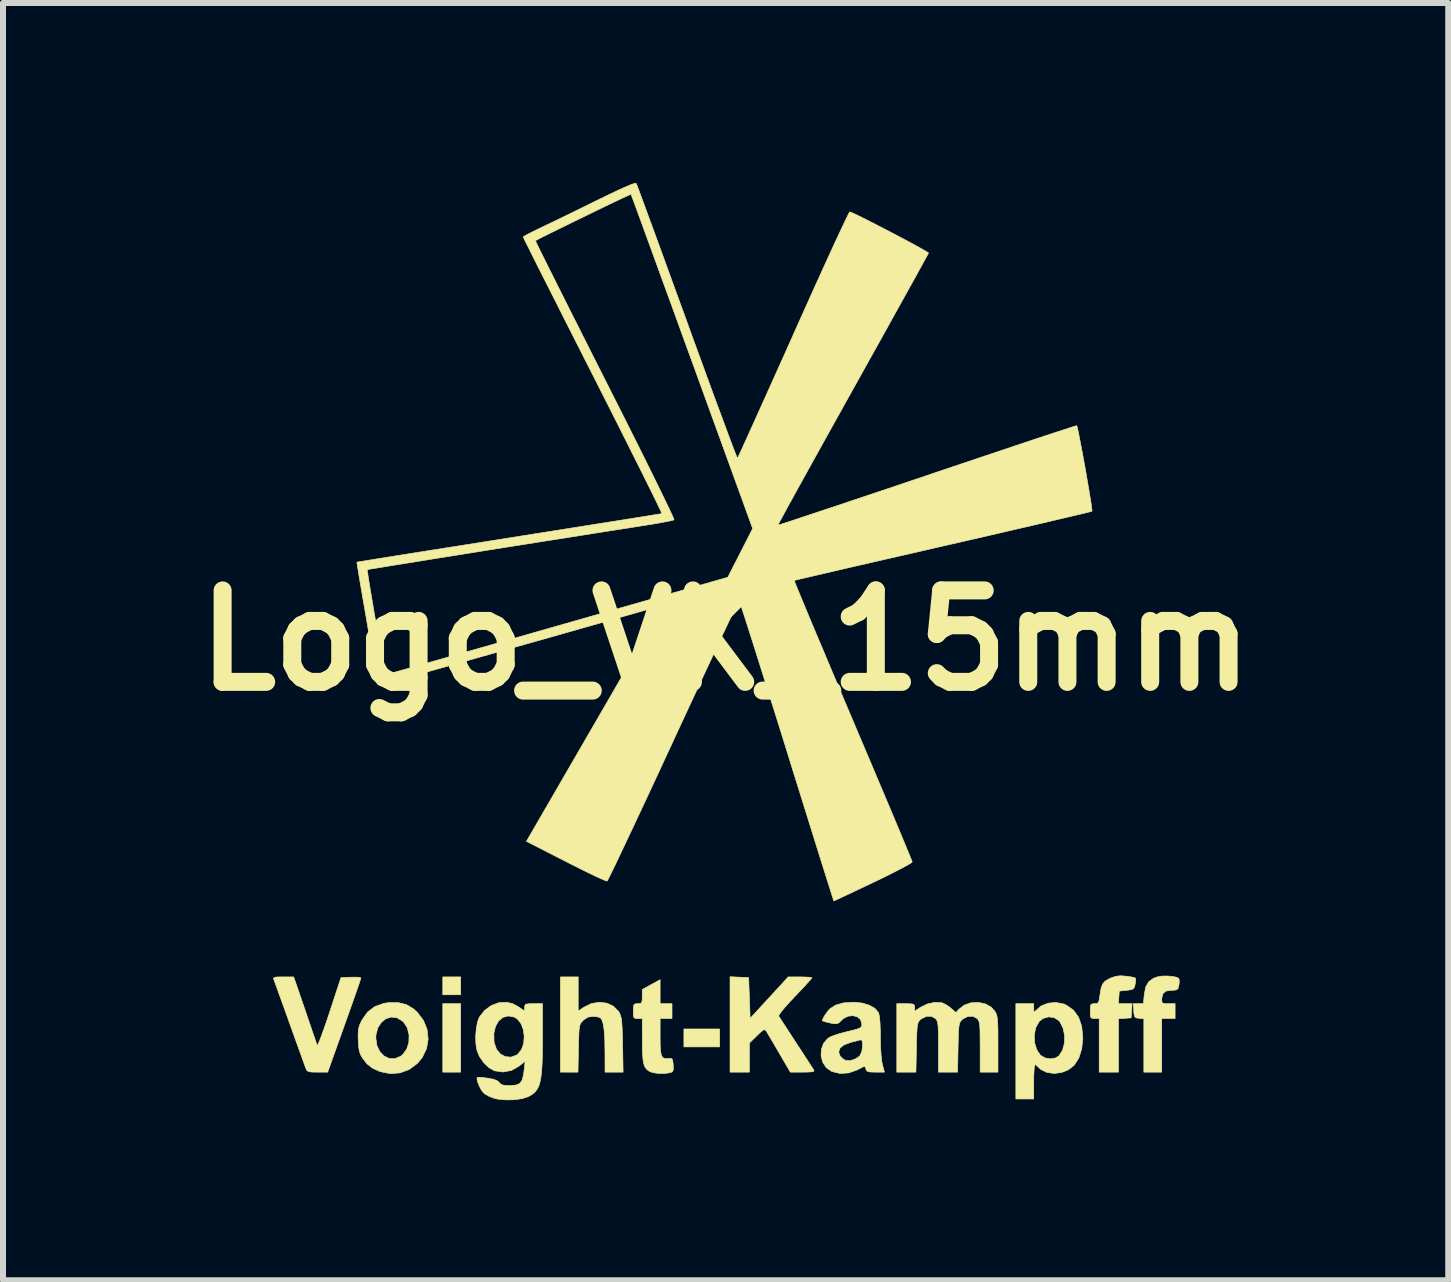
<source format=kicad_pcb>
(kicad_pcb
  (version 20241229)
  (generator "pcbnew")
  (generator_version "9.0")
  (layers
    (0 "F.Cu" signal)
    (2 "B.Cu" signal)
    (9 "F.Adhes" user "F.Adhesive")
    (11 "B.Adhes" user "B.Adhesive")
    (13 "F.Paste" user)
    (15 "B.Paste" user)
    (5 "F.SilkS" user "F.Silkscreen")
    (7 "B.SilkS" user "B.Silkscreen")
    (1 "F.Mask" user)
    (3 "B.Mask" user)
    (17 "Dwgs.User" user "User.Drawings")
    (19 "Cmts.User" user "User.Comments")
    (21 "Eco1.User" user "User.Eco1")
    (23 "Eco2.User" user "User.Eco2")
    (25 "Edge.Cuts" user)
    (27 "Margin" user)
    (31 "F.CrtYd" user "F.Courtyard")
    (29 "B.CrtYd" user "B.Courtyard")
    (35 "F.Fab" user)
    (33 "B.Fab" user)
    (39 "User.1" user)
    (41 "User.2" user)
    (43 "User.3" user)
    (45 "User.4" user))
  (footprint "Logo_VK_15mm"
    (layer "F.Cu")
    (at 9.042 7.624)
    (property "Reference" "Logo_VK_15mm" (at 0 0 0) (layer "F.SilkS") (effects (font (size 1.524 1.524) (thickness 0.3))))
    (attr through_hole)
    (fp_poly (pts (xy -4.415 5.904) (xy -4.713 5.904) (xy -4.713 5.606) (xy -4.415 5.606) (xy -4.415 5.904)) (stroke (width 0.01) (type solid)) (fill yes) (layer "F.SilkS"))
    (fp_poly (pts (xy -4.415 7.193) (xy -4.713 7.193) (xy -4.713 6.052) (xy -4.415 6.052) (xy -4.415 7.193)) (stroke (width 0.01) (type solid)) (fill yes) (layer "F.SilkS"))
    (fp_poly (pts (xy -0.099 6.772) (xy -0.695 6.772) (xy -0.695 6.474) (xy -0.099 6.474) (xy -0.099 6.772)) (stroke (width 0.01) (type solid)) (fill yes) (layer "F.SilkS"))
    (fp_poly (pts (xy 7.454 5.599) (xy 7.522 5.614) (xy 7.555 5.635) (xy 7.561 5.673) (xy 7.556 5.736) (xy 7.554 5.744) (xy 7.541 5.797) (xy 7.517 5.821) (xy 7.467 5.829) (xy 7.429 5.829) (xy 7.34 5.842) (xy 7.289 5.883) (xy 7.269 5.961) (xy 7.268 5.989) (xy 7.272 6.028) (xy 7.294 6.047) (xy 7.347 6.052) (xy 7.379 6.052) (xy 7.491 6.052) (xy 7.491 6.3) (xy 7.268 6.3) (xy 7.268 7.193) (xy 6.97 7.193) (xy 6.97 6.304) (xy 6.89 6.296) (xy 6.841 6.288) (xy 6.816 6.267) (xy 6.805 6.219) (xy 6.801 6.17) (xy 6.794 6.052) (xy 6.963 6.052) (xy 6.977 5.901) (xy 7.001 5.775) (xy 7.051 5.687) (xy 7.132 5.628) (xy 7.201 5.604) (xy 7.277 5.592) (xy 7.367 5.591) (xy 7.454 5.599)) (stroke (width 0.01) (type solid)) (fill yes) (layer "F.SilkS"))
    (fp_poly (pts (xy -2.456 6.175) (xy -2.366 6.114) (xy -2.239 6.051) (xy -2.107 6.028) (xy -1.981 6.043) (xy -1.87 6.094) (xy -1.785 6.18) (xy -1.768 6.208) (xy -1.752 6.245) (xy -1.739 6.294) (xy -1.73 6.363) (xy -1.724 6.46) (xy -1.719 6.591) (xy -1.716 6.741) (xy -1.708 7.193) (xy -2.009 7.193) (xy -2.01 6.852) (xy -2.013 6.654) (xy -2.023 6.502) (xy -2.039 6.392) (xy -2.063 6.32) (xy -2.082 6.292) (xy -2.123 6.274) (xy -2.19 6.265) (xy -2.208 6.264) (xy -2.296 6.277) (xy -2.366 6.324) (xy -2.375 6.332) (xy -2.401 6.359) (xy -2.419 6.386) (xy -2.432 6.422) (xy -2.44 6.474) (xy -2.445 6.552) (xy -2.449 6.663) (xy -2.452 6.797) (xy -2.46 7.193) (xy -2.753 7.193) (xy -2.753 5.606) (xy -2.456 5.606) (xy -2.456 6.175)) (stroke (width 0.01) (type solid)) (fill yes) (layer "F.SilkS"))
    (fp_poly (pts (xy 6.675 5.594) (xy 6.755 5.605) (xy 6.812 5.618) (xy 6.832 5.628) (xy 6.834 5.661) (xy 6.827 5.721) (xy 6.825 5.73) (xy 6.811 5.782) (xy 6.787 5.81) (xy 6.738 5.823) (xy 6.684 5.829) (xy 6.561 5.842) (xy 6.546 6.052) (xy 6.774 6.052) (xy 6.759 6.288) (xy 6.654 6.296) (xy 6.548 6.303) (xy 6.548 7.193) (xy 6.226 7.193) (xy 6.226 6.3) (xy 6.152 6.3) (xy 6.108 6.298) (xy 6.086 6.281) (xy 6.078 6.238) (xy 6.077 6.176) (xy 6.079 6.103) (xy 6.089 6.066) (xy 6.115 6.054) (xy 6.149 6.052) (xy 6.189 6.049) (xy 6.213 6.032) (xy 6.227 5.989) (xy 6.238 5.91) (xy 6.256 5.801) (xy 6.281 5.728) (xy 6.323 5.678) (xy 6.39 5.638) (xy 6.416 5.626) (xy 6.499 5.597) (xy 6.579 5.587) (xy 6.675 5.594)) (stroke (width 0.01) (type solid)) (fill yes) (layer "F.SilkS"))
    (fp_poly (pts (xy -1.091 6.052) (xy -0.893 6.052) (xy -0.893 6.3) (xy -1.091 6.3) (xy -1.091 6.607) (xy -1.09 6.751) (xy -1.083 6.851) (xy -1.069 6.916) (xy -1.045 6.952) (xy -1.007 6.967) (xy -0.954 6.966) (xy -0.951 6.965) (xy -0.908 6.964) (xy -0.886 6.981) (xy -0.877 7.028) (xy -0.873 7.072) (xy -0.871 7.144) (xy -0.882 7.181) (xy -0.912 7.199) (xy -0.923 7.202) (xy -1.012 7.215) (xy -1.114 7.215) (xy -1.208 7.202) (xy -1.262 7.184) (xy -1.308 7.153) (xy -1.341 7.114) (xy -1.363 7.058) (xy -1.377 6.979) (xy -1.385 6.867) (xy -1.388 6.716) (xy -1.388 6.666) (xy -1.389 6.3) (xy -1.463 6.3) (xy -1.508 6.298) (xy -1.529 6.281) (xy -1.537 6.238) (xy -1.538 6.176) (xy -1.536 6.103) (xy -1.526 6.066) (xy -1.5 6.054) (xy -1.463 6.052) (xy -1.419 6.049) (xy -1.397 6.032) (xy -1.39 5.987) (xy -1.389 5.934) (xy -1.389 5.816) (xy -1.24 5.734) (xy -1.091 5.652) (xy -1.091 6.052)) (stroke (width 0.01) (type solid)) (fill yes) (layer "F.SilkS"))
    (fp_poly (pts (xy 0.384 5.618) (xy 0.397 5.957) (xy 0.409 6.296) (xy 0.727 5.951) (xy 1.044 5.606) (xy 1.241 5.606) (xy 1.333 5.608) (xy 1.402 5.612) (xy 1.437 5.619) (xy 1.439 5.621) (xy 1.422 5.643) (xy 1.377 5.694) (xy 1.309 5.769) (xy 1.223 5.86) (xy 1.154 5.933) (xy 1.05 6.044) (xy 0.968 6.137) (xy 0.912 6.208) (xy 0.886 6.25) (xy 0.886 6.26) (xy 0.904 6.288) (xy 0.945 6.352) (xy 1.005 6.443) (xy 1.078 6.556) (xy 1.161 6.683) (xy 1.178 6.71) (xy 1.263 6.839) (xy 1.339 6.956) (xy 1.402 7.053) (xy 1.447 7.123) (xy 1.471 7.16) (xy 1.472 7.162) (xy 1.471 7.178) (xy 1.437 7.188) (xy 1.366 7.192) (xy 1.285 7.193) (xy 1.079 7.193) (xy 0.887 6.864) (xy 0.819 6.748) (xy 0.758 6.644) (xy 0.709 6.562) (xy 0.678 6.511) (xy 0.671 6.499) (xy 0.652 6.485) (xy 0.623 6.495) (xy 0.574 6.535) (xy 0.522 6.585) (xy 0.397 6.708) (xy 0.397 7.193) (xy 0.074 7.193) (xy 0.074 5.603) (xy 0.384 5.618)) (stroke (width 0.01) (type solid)) (fill yes) (layer "F.SilkS"))
    (fp_poly (pts (xy -5.319 6.068) (xy -5.201 6.139) (xy -5.137 6.197) (xy -5.034 6.333) (xy -4.974 6.484) (xy -4.957 6.642) (xy -4.983 6.799) (xy -5.053 6.946) (xy -5.134 7.045) (xy -5.269 7.147) (xy -5.423 7.205) (xy -5.588 7.218) (xy -5.755 7.185) (xy -5.761 7.183) (xy -5.884 7.127) (xy -5.977 7.054) (xy -6.046 6.965) (xy -6.083 6.903) (xy -6.105 6.839) (xy -6.117 6.758) (xy -6.122 6.662) (xy -6.123 6.623) (xy -5.829 6.623) (xy -5.811 6.748) (xy -5.763 6.85) (xy -5.692 6.924) (xy -5.606 6.965) (xy -5.511 6.968) (xy -5.416 6.929) (xy -5.381 6.901) (xy -5.314 6.81) (xy -5.278 6.696) (xy -5.275 6.573) (xy -5.304 6.456) (xy -5.365 6.36) (xy -5.381 6.345) (xy -5.474 6.288) (xy -5.57 6.275) (xy -5.66 6.302) (xy -5.738 6.364) (xy -5.796 6.455) (xy -5.826 6.572) (xy -5.829 6.623) (xy -6.123 6.623) (xy -6.124 6.555) (xy -6.118 6.478) (xy -6.101 6.413) (xy -6.068 6.341) (xy -6.06 6.325) (xy -5.967 6.193) (xy -5.845 6.1) (xy -5.692 6.046) (xy -5.614 6.035) (xy -5.453 6.035) (xy -5.319 6.068)) (stroke (width 0.01) (type solid)) (fill yes) (layer "F.SilkS"))
    (fp_poly (pts (xy 5.634 6.057) (xy 5.68 6.077) (xy 5.799 6.162) (xy 5.884 6.28) (xy 5.935 6.432) (xy 5.953 6.619) (xy 5.953 6.633) (xy 5.935 6.805) (xy 5.887 6.957) (xy 5.811 7.076) (xy 5.809 7.078) (xy 5.713 7.154) (xy 5.597 7.2) (xy 5.474 7.215) (xy 5.355 7.198) (xy 5.255 7.15) (xy 5.21 7.108) (xy 5.174 7.076) (xy 5.156 7.069) (xy 5.148 7.093) (xy 5.141 7.155) (xy 5.136 7.248) (xy 5.135 7.355) (xy 5.135 7.64) (xy 4.837 7.64) (xy 4.837 6.575) (xy 5.144 6.575) (xy 5.15 6.704) (xy 5.187 6.823) (xy 5.247 6.911) (xy 5.322 6.956) (xy 5.413 6.972) (xy 5.501 6.956) (xy 5.555 6.922) (xy 5.614 6.831) (xy 5.646 6.713) (xy 5.649 6.585) (xy 5.625 6.462) (xy 5.573 6.358) (xy 5.553 6.334) (xy 5.475 6.284) (xy 5.382 6.272) (xy 5.291 6.298) (xy 5.225 6.35) (xy 5.169 6.452) (xy 5.144 6.575) (xy 4.837 6.575) (xy 4.837 6.052) (xy 5.135 6.052) (xy 5.135 6.131) (xy 5.137 6.182) (xy 5.148 6.19) (xy 5.166 6.171) (xy 5.257 6.091) (xy 5.375 6.044) (xy 5.505 6.032) (xy 5.634 6.057)) (stroke (width 0.01) (type solid)) (fill yes) (layer "F.SilkS"))
    (fp_poly (pts (xy -7.157 5.724) (xy -7.135 5.786) (xy -7.102 5.884) (xy -7.059 6.01) (xy -7.01 6.151) (xy -6.968 6.276) (xy -6.92 6.416) (xy -6.878 6.541) (xy -6.842 6.644) (xy -6.818 6.715) (xy -6.806 6.747) (xy -6.795 6.735) (xy -6.771 6.681) (xy -6.737 6.592) (xy -6.694 6.473) (xy -6.644 6.33) (xy -6.601 6.201) (xy -6.41 5.618) (xy -6.244 5.611) (xy -6.16 5.61) (xy -6.1 5.614) (xy -6.077 5.623) (xy -6.077 5.623) (xy -6.085 5.651) (xy -6.108 5.719) (xy -6.144 5.823) (xy -6.19 5.956) (xy -6.246 6.114) (xy -6.309 6.291) (xy -6.354 6.418) (xy -6.631 7.193) (xy -6.801 7.193) (xy -6.893 7.192) (xy -6.947 7.185) (xy -6.976 7.168) (xy -6.992 7.139) (xy -6.992 7.138) (xy -7.006 7.101) (xy -7.034 7.023) (xy -7.074 6.912) (xy -7.124 6.773) (xy -7.182 6.613) (xy -7.245 6.438) (xy -7.263 6.387) (xy -7.326 6.21) (xy -7.385 6.046) (xy -7.437 5.903) (xy -7.479 5.786) (xy -7.51 5.701) (xy -7.527 5.655) (xy -7.529 5.649) (xy -7.533 5.627) (xy -7.516 5.613) (xy -7.469 5.607) (xy -7.383 5.606) (xy -7.372 5.606) (xy -7.198 5.606) (xy -7.157 5.724)) (stroke (width 0.01) (type solid)) (fill yes) (layer "F.SilkS"))
    (fp_poly (pts (xy 3.603 6.036) (xy 3.607 6.037) (xy 3.665 6.064) (xy 3.734 6.11) (xy 3.754 6.127) (xy 3.838 6.2) (xy 3.885 6.148) (xy 3.978 6.076) (xy 4.091 6.037) (xy 4.213 6.031) (xy 4.329 6.056) (xy 4.429 6.112) (xy 4.489 6.181) (xy 4.507 6.214) (xy 4.52 6.252) (xy 4.529 6.302) (xy 4.534 6.372) (xy 4.538 6.471) (xy 4.539 6.605) (xy 4.539 6.728) (xy 4.539 7.193) (xy 4.242 7.193) (xy 4.242 6.772) (xy 4.241 6.617) (xy 4.24 6.504) (xy 4.236 6.425) (xy 4.229 6.372) (xy 4.218 6.337) (xy 4.203 6.312) (xy 4.189 6.298) (xy 4.121 6.262) (xy 4.039 6.264) (xy 3.958 6.304) (xy 3.932 6.326) (xy 3.913 6.349) (xy 3.899 6.379) (xy 3.89 6.425) (xy 3.883 6.495) (xy 3.879 6.596) (xy 3.875 6.737) (xy 3.874 6.785) (xy 3.866 7.193) (xy 3.547 7.193) (xy 3.547 6.772) (xy 3.547 6.617) (xy 3.545 6.504) (xy 3.541 6.425) (xy 3.534 6.372) (xy 3.524 6.337) (xy 3.508 6.312) (xy 3.495 6.298) (xy 3.427 6.262) (xy 3.345 6.264) (xy 3.263 6.304) (xy 3.237 6.326) (xy 3.218 6.349) (xy 3.205 6.379) (xy 3.195 6.425) (xy 3.189 6.495) (xy 3.184 6.596) (xy 3.18 6.737) (xy 3.18 6.785) (xy 3.172 7.193) (xy 2.853 7.193) (xy 2.853 6.052) (xy 3.001 6.052) (xy 3.084 6.054) (xy 3.128 6.061) (xy 3.147 6.079) (xy 3.15 6.112) (xy 3.15 6.115) (xy 3.15 6.177) (xy 3.248 6.113) (xy 3.363 6.057) (xy 3.488 6.03) (xy 3.603 6.036)) (stroke (width 0.01) (type solid)) (fill yes) (layer "F.SilkS"))
    (fp_poly (pts (xy 2.272 6.041) (xy 2.396 6.078) (xy 2.492 6.134) (xy 2.548 6.201) (xy 2.563 6.259) (xy 2.573 6.363) (xy 2.579 6.509) (xy 2.579 6.599) (xy 2.582 6.759) (xy 2.591 6.901) (xy 2.603 7.013) (xy 2.613 7.064) (xy 2.647 7.193) (xy 2.499 7.193) (xy 2.415 7.191) (xy 2.368 7.182) (xy 2.345 7.161) (xy 2.339 7.144) (xy 2.33 7.112) (xy 2.317 7.099) (xy 2.289 7.106) (xy 2.234 7.134) (xy 2.193 7.156) (xy 2.053 7.206) (xy 1.907 7.215) (xy 1.77 7.182) (xy 1.768 7.181) (xy 1.678 7.118) (xy 1.619 7.028) (xy 1.591 6.923) (xy 1.594 6.858) (xy 1.885 6.858) (xy 1.907 6.923) (xy 1.963 6.978) (xy 2.009 7) (xy 2.077 7.001) (xy 2.157 6.976) (xy 2.225 6.933) (xy 2.239 6.918) (xy 2.271 6.847) (xy 2.282 6.755) (xy 2.279 6.687) (xy 2.267 6.658) (xy 2.242 6.656) (xy 2.239 6.657) (xy 2.189 6.671) (xy 2.114 6.69) (xy 2.084 6.698) (xy 1.971 6.74) (xy 1.905 6.795) (xy 1.885 6.858) (xy 1.594 6.858) (xy 1.596 6.814) (xy 1.633 6.713) (xy 1.703 6.632) (xy 1.743 6.607) (xy 1.804 6.582) (xy 1.896 6.552) (xy 2.005 6.523) (xy 2.046 6.513) (xy 2.151 6.487) (xy 2.216 6.468) (xy 2.252 6.449) (xy 2.267 6.426) (xy 2.27 6.394) (xy 2.27 6.387) (xy 2.249 6.318) (xy 2.196 6.272) (xy 2.123 6.252) (xy 2.041 6.261) (xy 1.963 6.299) (xy 1.935 6.325) (xy 1.891 6.369) (xy 1.854 6.387) (xy 1.805 6.386) (xy 1.739 6.373) (xy 1.668 6.356) (xy 1.622 6.341) (xy 1.612 6.334) (xy 1.627 6.292) (xy 1.663 6.232) (xy 1.708 6.171) (xy 1.74 6.136) (xy 1.836 6.075) (xy 1.963 6.039) (xy 2.127 6.028) (xy 2.132 6.028) (xy 2.272 6.041)) (stroke (width 0.01) (type solid)) (fill yes) (layer "F.SilkS"))
    (fp_poly (pts (xy -3.551 6.051) (xy -3.453 6.104) (xy -3.44 6.113) (xy -3.349 6.175) (xy -3.349 6.114) (xy -3.345 6.08) (xy -3.328 6.061) (xy -3.284 6.054) (xy -3.204 6.052) (xy -3.051 6.052) (xy -3.051 6.607) (xy -3.052 6.844) (xy -3.057 7.037) (xy -3.067 7.191) (xy -3.082 7.311) (xy -3.105 7.404) (xy -3.137 7.475) (xy -3.179 7.528) (xy -3.232 7.57) (xy -3.286 7.6) (xy -3.387 7.634) (xy -3.518 7.653) (xy -3.658 7.656) (xy -3.791 7.644) (xy -3.852 7.631) (xy -3.936 7.599) (xy -4.011 7.557) (xy -4.032 7.54) (xy -4.07 7.491) (xy -4.105 7.424) (xy -4.132 7.356) (xy -4.144 7.302) (xy -4.139 7.281) (xy -4.111 7.279) (xy -4.048 7.283) (xy -3.968 7.293) (xy -3.866 7.312) (xy -3.803 7.338) (xy -3.773 7.366) (xy -3.743 7.396) (xy -3.695 7.412) (xy -3.615 7.417) (xy -3.597 7.417) (xy -3.499 7.41) (xy -3.434 7.385) (xy -3.393 7.332) (xy -3.369 7.244) (xy -3.359 7.171) (xy -3.341 7.011) (xy -3.443 7.093) (xy -3.568 7.164) (xy -3.707 7.191) (xy -3.848 7.171) (xy -3.854 7.17) (xy -3.945 7.118) (xy -4.033 7.032) (xy -4.105 6.926) (xy -4.143 6.833) (xy -4.161 6.725) (xy -4.165 6.598) (xy -4.161 6.549) (xy -3.862 6.549) (xy -3.859 6.684) (xy -3.856 6.702) (xy -3.819 6.81) (xy -3.754 6.89) (xy -3.67 6.935) (xy -3.577 6.943) (xy -3.484 6.909) (xy -3.464 6.894) (xy -3.401 6.817) (xy -3.365 6.715) (xy -3.356 6.6) (xy -3.371 6.485) (xy -3.41 6.383) (xy -3.472 6.306) (xy -3.521 6.276) (xy -3.621 6.257) (xy -3.71 6.28) (xy -3.783 6.341) (xy -3.835 6.433) (xy -3.862 6.549) (xy -4.161 6.549) (xy -4.155 6.468) (xy -4.133 6.353) (xy -4.103 6.275) (xy -4.016 6.165) (xy -3.905 6.083) (xy -3.785 6.038) (xy -3.761 6.034) (xy -3.645 6.03) (xy -3.551 6.051)) (stroke (width 0.01) (type solid)) (fill yes) (layer "F.SilkS"))
    (fp_poly (pts (xy -1.489 -7.616) (xy -1.478 -7.589) (xy -1.451 -7.518) (xy -1.41 -7.407) (xy -1.355 -7.259) (xy -1.289 -7.078) (xy -1.211 -6.866) (xy -1.123 -6.626) (xy -1.027 -6.362) (xy -0.924 -6.078) (xy -0.814 -5.776) (xy -0.698 -5.459) (xy -0.643 -5.307) (xy -0.527 -4.986) (xy -0.414 -4.678) (xy -0.308 -4.387) (xy -0.209 -4.116) (xy -0.117 -3.868) (xy -0.035 -3.647) (xy 0.036 -3.455) (xy 0.096 -3.295) (xy 0.143 -3.171) (xy 0.177 -3.086) (xy 0.195 -3.043) (xy 0.198 -3.038) (xy 0.21 -3.062) (xy 0.241 -3.127) (xy 0.289 -3.232) (xy 0.353 -3.372) (xy 0.431 -3.545) (xy 0.522 -3.747) (xy 0.625 -3.975) (xy 0.738 -4.226) (xy 0.859 -4.496) (xy 0.988 -4.783) (xy 1.122 -5.083) (xy 1.127 -5.096) (xy 1.262 -5.396) (xy 1.391 -5.683) (xy 1.513 -5.954) (xy 1.627 -6.205) (xy 1.731 -6.433) (xy 1.824 -6.635) (xy 1.905 -6.808) (xy 1.971 -6.949) (xy 2.021 -7.053) (xy 2.054 -7.119) (xy 2.069 -7.143) (xy 2.069 -7.143) (xy 2.1 -7.132) (xy 2.167 -7.102) (xy 2.263 -7.055) (xy 2.382 -6.995) (xy 2.517 -6.926) (xy 2.661 -6.852) (xy 2.808 -6.775) (xy 2.952 -6.699) (xy 3.085 -6.628) (xy 3.201 -6.565) (xy 3.293 -6.513) (xy 3.356 -6.477) (xy 3.381 -6.458) (xy 3.382 -6.457) (xy 3.369 -6.433) (xy 3.334 -6.369) (xy 3.278 -6.267) (xy 3.203 -6.13) (xy 3.11 -5.962) (xy 3 -5.764) (xy 2.876 -5.541) (xy 2.739 -5.294) (xy 2.591 -5.027) (xy 2.432 -4.743) (xy 2.266 -4.444) (xy 2.121 -4.184) (xy 1.949 -3.875) (xy 1.784 -3.579) (xy 1.628 -3.298) (xy 1.482 -3.035) (xy 1.348 -2.793) (xy 1.227 -2.574) (xy 1.121 -2.383) (xy 1.032 -2.22) (xy 0.961 -2.09) (xy 0.91 -1.996) (xy 0.88 -1.939) (xy 0.872 -1.923) (xy 0.896 -1.929) (xy 0.965 -1.951) (xy 1.073 -1.986) (xy 1.22 -2.035) (xy 1.401 -2.095) (xy 1.614 -2.166) (xy 1.856 -2.246) (xy 2.123 -2.336) (xy 2.412 -2.433) (xy 2.721 -2.536) (xy 3.046 -2.646) (xy 3.361 -2.752) (xy 3.698 -2.866) (xy 4.022 -2.975) (xy 4.33 -3.078) (xy 4.618 -3.175) (xy 4.883 -3.264) (xy 5.123 -3.344) (xy 5.334 -3.414) (xy 5.514 -3.473) (xy 5.658 -3.52) (xy 5.765 -3.555) (xy 5.83 -3.575) (xy 5.851 -3.581) (xy 5.86 -3.554) (xy 5.876 -3.486) (xy 5.896 -3.383) (xy 5.921 -3.255) (xy 5.949 -3.108) (xy 5.978 -2.95) (xy 6.007 -2.788) (xy 6.034 -2.63) (xy 6.059 -2.483) (xy 6.08 -2.354) (xy 6.096 -2.252) (xy 6.105 -2.183) (xy 6.106 -2.155) (xy 6.106 -2.155) (xy 6.08 -2.147) (xy 6.009 -2.129) (xy 5.896 -2.102) (xy 5.744 -2.066) (xy 5.557 -2.022) (xy 5.338 -1.97) (xy 5.09 -1.912) (xy 4.816 -1.849) (xy 4.519 -1.78) (xy 4.203 -1.707) (xy 3.872 -1.631) (xy 3.621 -1.574) (xy 3.28 -1.495) (xy 2.953 -1.42) (xy 2.642 -1.349) (xy 2.352 -1.282) (xy 2.085 -1.221) (xy 1.845 -1.165) (xy 1.635 -1.116) (xy 1.458 -1.075) (xy 1.317 -1.042) (xy 1.216 -1.019) (xy 1.157 -1.004) (xy 1.144 -1.001) (xy 1.152 -0.977) (xy 1.178 -0.911) (xy 1.221 -0.806) (xy 1.28 -0.664) (xy 1.353 -0.488) (xy 1.439 -0.282) (xy 1.537 -0.049) (xy 1.646 0.209) (xy 1.763 0.488) (xy 1.889 0.786) (xy 2.021 1.098) (xy 2.121 1.333) (xy 2.257 1.655) (xy 2.389 1.965) (xy 2.513 2.259) (xy 2.629 2.534) (xy 2.736 2.787) (xy 2.832 3.016) (xy 2.916 3.216) (xy 2.986 3.385) (xy 3.042 3.52) (xy 3.082 3.618) (xy 3.105 3.675) (xy 3.11 3.69) (xy 3.089 3.708) (xy 3.029 3.744) (xy 2.934 3.796) (xy 2.811 3.859) (xy 2.664 3.933) (xy 2.5 4.013) (xy 2.461 4.031) (xy 2.295 4.11) (xy 2.145 4.181) (xy 2.015 4.242) (xy 1.911 4.291) (xy 1.84 4.324) (xy 1.806 4.34) (xy 1.804 4.341) (xy 1.796 4.317) (xy 1.774 4.25) (xy 1.74 4.141) (xy 1.693 3.994) (xy 1.636 3.812) (xy 1.569 3.599) (xy 1.493 3.356) (xy 1.409 3.087) (xy 1.318 2.796) (xy 1.221 2.485) (xy 1.119 2.158) (xy 1.019 1.835) (xy 0.913 1.495) (xy 0.811 1.169) (xy 0.713 0.859) (xy 0.622 0.569) (xy 0.538 0.301) (xy 0.462 0.06) (xy 0.394 -0.152) (xy 0.337 -0.332) (xy 0.29 -0.477) (xy 0.255 -0.583) (xy 0.233 -0.648) (xy 0.225 -0.669) (xy 0.213 -0.647) (xy 0.181 -0.583) (xy 0.132 -0.48) (xy 0.066 -0.34) (xy -0.016 -0.167) (xy -0.111 0.035) (xy -0.218 0.266) (xy -0.337 0.52) (xy -0.465 0.796) (xy -0.602 1.09) (xy -0.746 1.4) (xy -0.868 1.664) (xy -1.017 1.985) (xy -1.159 2.292) (xy -1.295 2.584) (xy -1.423 2.857) (xy -1.541 3.109) (xy -1.648 3.335) (xy -1.742 3.534) (xy -1.822 3.703) (xy -1.887 3.837) (xy -1.935 3.935) (xy -1.965 3.993) (xy -1.975 4.009) (xy -2.003 4.001) (xy -2.069 3.973) (xy -2.169 3.928) (xy -2.295 3.867) (xy -2.442 3.794) (xy -2.605 3.712) (xy -2.66 3.684) (xy -3.319 3.347) (xy -2.205 1.424) (xy -2.007 1.082) (xy -1.833 0.781) (xy -1.681 0.518) (xy -1.549 0.291) (xy -1.436 0.096) (xy -1.341 -0.068) (xy -1.263 -0.205) (xy -1.199 -0.316) (xy -1.149 -0.404) (xy -1.111 -0.472) (xy -1.083 -0.522) (xy -1.065 -0.557) (xy -1.054 -0.579) (xy -1.05 -0.591) (xy -1.051 -0.594) (xy -1.055 -0.593) (xy -1.062 -0.589) (xy -1.069 -0.585) (xy -1.072 -0.583) (xy -1.112 -0.571) (xy -1.195 -0.547) (xy -1.316 -0.512) (xy -1.472 -0.467) (xy -1.658 -0.414) (xy -1.871 -0.353) (xy -2.107 -0.286) (xy -2.362 -0.214) (xy -2.632 -0.137) (xy -2.913 -0.057) (xy -3.2 0.024) (xy -3.491 0.106) (xy -3.781 0.188) (xy -4.065 0.268) (xy -4.341 0.346) (xy -4.604 0.42) (xy -4.85 0.489) (xy -5.075 0.552) (xy -5.276 0.609) (xy -5.447 0.657) (xy -5.587 0.695) (xy -5.689 0.723) (xy -5.751 0.74) (xy -5.769 0.744) (xy -5.801 0.727) (xy -5.805 0.713) (xy -5.809 0.683) (xy -5.821 0.609) (xy -5.839 0.496) (xy -5.864 0.352) (xy -5.893 0.179) (xy -5.927 -0.015) (xy -5.963 -0.227) (xy -5.977 -0.309) (xy -6.014 -0.524) (xy -6.049 -0.723) (xy -6.079 -0.901) (xy -6.105 -1.053) (xy -6.124 -1.174) (xy -6.125 -1.18) (xy -5.972 -1.18) (xy -5.969 -1.155) (xy -5.959 -1.086) (xy -5.943 -0.98) (xy -5.92 -0.842) (xy -5.892 -0.677) (xy -5.861 -0.491) (xy -5.83 -0.312) (xy -5.795 -0.112) (xy -5.763 0.072) (xy -5.735 0.235) (xy -5.712 0.371) (xy -5.694 0.474) (xy -5.683 0.538) (xy -5.68 0.559) (xy -5.662 0.569) (xy -5.662 0.569) (xy -5.636 0.563) (xy -5.565 0.543) (xy -5.453 0.511) (xy -5.302 0.469) (xy -5.115 0.416) (xy -4.895 0.353) (xy -4.645 0.282) (xy -4.368 0.203) (xy -4.067 0.118) (xy -3.744 0.026) (xy -3.404 -0.071) (xy -3.048 -0.173) (xy -2.803 -0.243) (xy 0.037 -1.054) (xy 0.244 -1.46) (xy 0.451 -1.866) (xy -0.559 -4.648) (xy -0.689 -5.004) (xy -0.813 -5.347) (xy -0.932 -5.674) (xy -1.045 -5.982) (xy -1.149 -6.269) (xy -1.244 -6.531) (xy -1.33 -6.765) (xy -1.404 -6.97) (xy -1.467 -7.141) (xy -1.516 -7.275) (xy -1.552 -7.372) (xy -1.572 -7.426) (xy -1.576 -7.437) (xy -1.599 -7.428) (xy -1.66 -7.4) (xy -1.753 -7.357) (xy -1.872 -7.3) (xy -2.012 -7.233) (xy -2.165 -7.159) (xy -2.326 -7.08) (xy -2.489 -7.001) (xy -2.648 -6.923) (xy -2.796 -6.851) (xy -2.927 -6.786) (xy -3.036 -6.732) (xy -3.116 -6.691) (xy -3.161 -6.667) (xy -3.168 -6.663) (xy -3.159 -6.64) (xy -3.128 -6.576) (xy -3.078 -6.473) (xy -3.009 -6.335) (xy -2.924 -6.164) (xy -2.824 -5.964) (xy -2.71 -5.737) (xy -2.584 -5.485) (xy -2.447 -5.214) (xy -2.301 -4.924) (xy -2.147 -4.618) (xy -2.007 -4.342) (xy -1.846 -4.022) (xy -1.691 -3.716) (xy -1.546 -3.426) (xy -1.41 -3.155) (xy -1.286 -2.905) (xy -1.175 -2.68) (xy -1.079 -2.483) (xy -0.998 -2.317) (xy -0.934 -2.183) (xy -0.889 -2.086) (xy -0.864 -2.027) (xy -0.859 -2.011) (xy -0.889 -2.001) (xy -0.96 -1.986) (xy -1.066 -1.966) (xy -1.196 -1.943) (xy -1.346 -1.919) (xy -1.377 -1.914) (xy -1.61 -1.877) (xy -1.867 -1.837) (xy -2.142 -1.794) (xy -2.432 -1.748) (xy -2.733 -1.7) (xy -3.042 -1.652) (xy -3.354 -1.602) (xy -3.666 -1.553) (xy -3.973 -1.504) (xy -4.272 -1.456) (xy -4.559 -1.41) (xy -4.831 -1.367) (xy -5.082 -1.326) (xy -5.31 -1.289) (xy -5.511 -1.257) (xy -5.68 -1.229) (xy -5.815 -1.207) (xy -5.91 -1.192) (xy -5.962 -1.182) (xy -5.972 -1.18) (xy -6.125 -1.18) (xy -6.138 -1.258) (xy -6.144 -1.301) (xy -6.144 -1.305) (xy -6.12 -1.31) (xy -6.05 -1.321) (xy -5.942 -1.339) (xy -5.799 -1.362) (xy -5.625 -1.39) (xy -5.426 -1.422) (xy -5.207 -1.457) (xy -4.972 -1.494) (xy -4.949 -1.498) (xy -4.375 -1.588) (xy -3.85 -1.671) (xy -3.373 -1.747) (xy -2.942 -1.815) (xy -2.558 -1.876) (xy -2.219 -1.93) (xy -1.926 -1.976) (xy -1.676 -2.016) (xy -1.47 -2.049) (xy -1.306 -2.075) (xy -1.185 -2.095) (xy -1.105 -2.108) (xy -1.066 -2.114) (xy -1.062 -2.115) (xy -1.07 -2.138) (xy -1.1 -2.201) (xy -1.149 -2.303) (xy -1.217 -2.441) (xy -1.301 -2.611) (xy -1.4 -2.811) (xy -1.514 -3.037) (xy -1.639 -3.287) (xy -1.775 -3.559) (xy -1.921 -3.848) (xy -2.075 -4.152) (xy -2.208 -4.415) (xy -2.368 -4.73) (xy -2.521 -5.032) (xy -2.667 -5.319) (xy -2.802 -5.588) (xy -2.927 -5.835) (xy -3.04 -6.058) (xy -3.139 -6.254) (xy -3.222 -6.42) (xy -3.288 -6.553) (xy -3.337 -6.65) (xy -3.365 -6.708) (xy -3.373 -6.725) (xy -3.352 -6.74) (xy -3.295 -6.772) (xy -3.21 -6.815) (xy -3.107 -6.865) (xy -3.014 -6.91) (xy -2.885 -6.972) (xy -2.729 -7.047) (xy -2.555 -7.132) (xy -2.371 -7.222) (xy -2.187 -7.313) (xy -2.174 -7.319) (xy -1.967 -7.42) (xy -1.801 -7.499) (xy -1.674 -7.557) (xy -1.582 -7.595) (xy -1.522 -7.616) (xy -1.493 -7.619) (xy -1.489 -7.616)) (stroke (width 0.01) (type solid)) (fill yes) (layer "F.SilkS")))
  (gr_rect
    (start -3 -3)
    (end 21.085 18.285)
    (stroke (width 0.1) (type default))
    (fill no)
    (layer "Edge.Cuts")))
</source>
